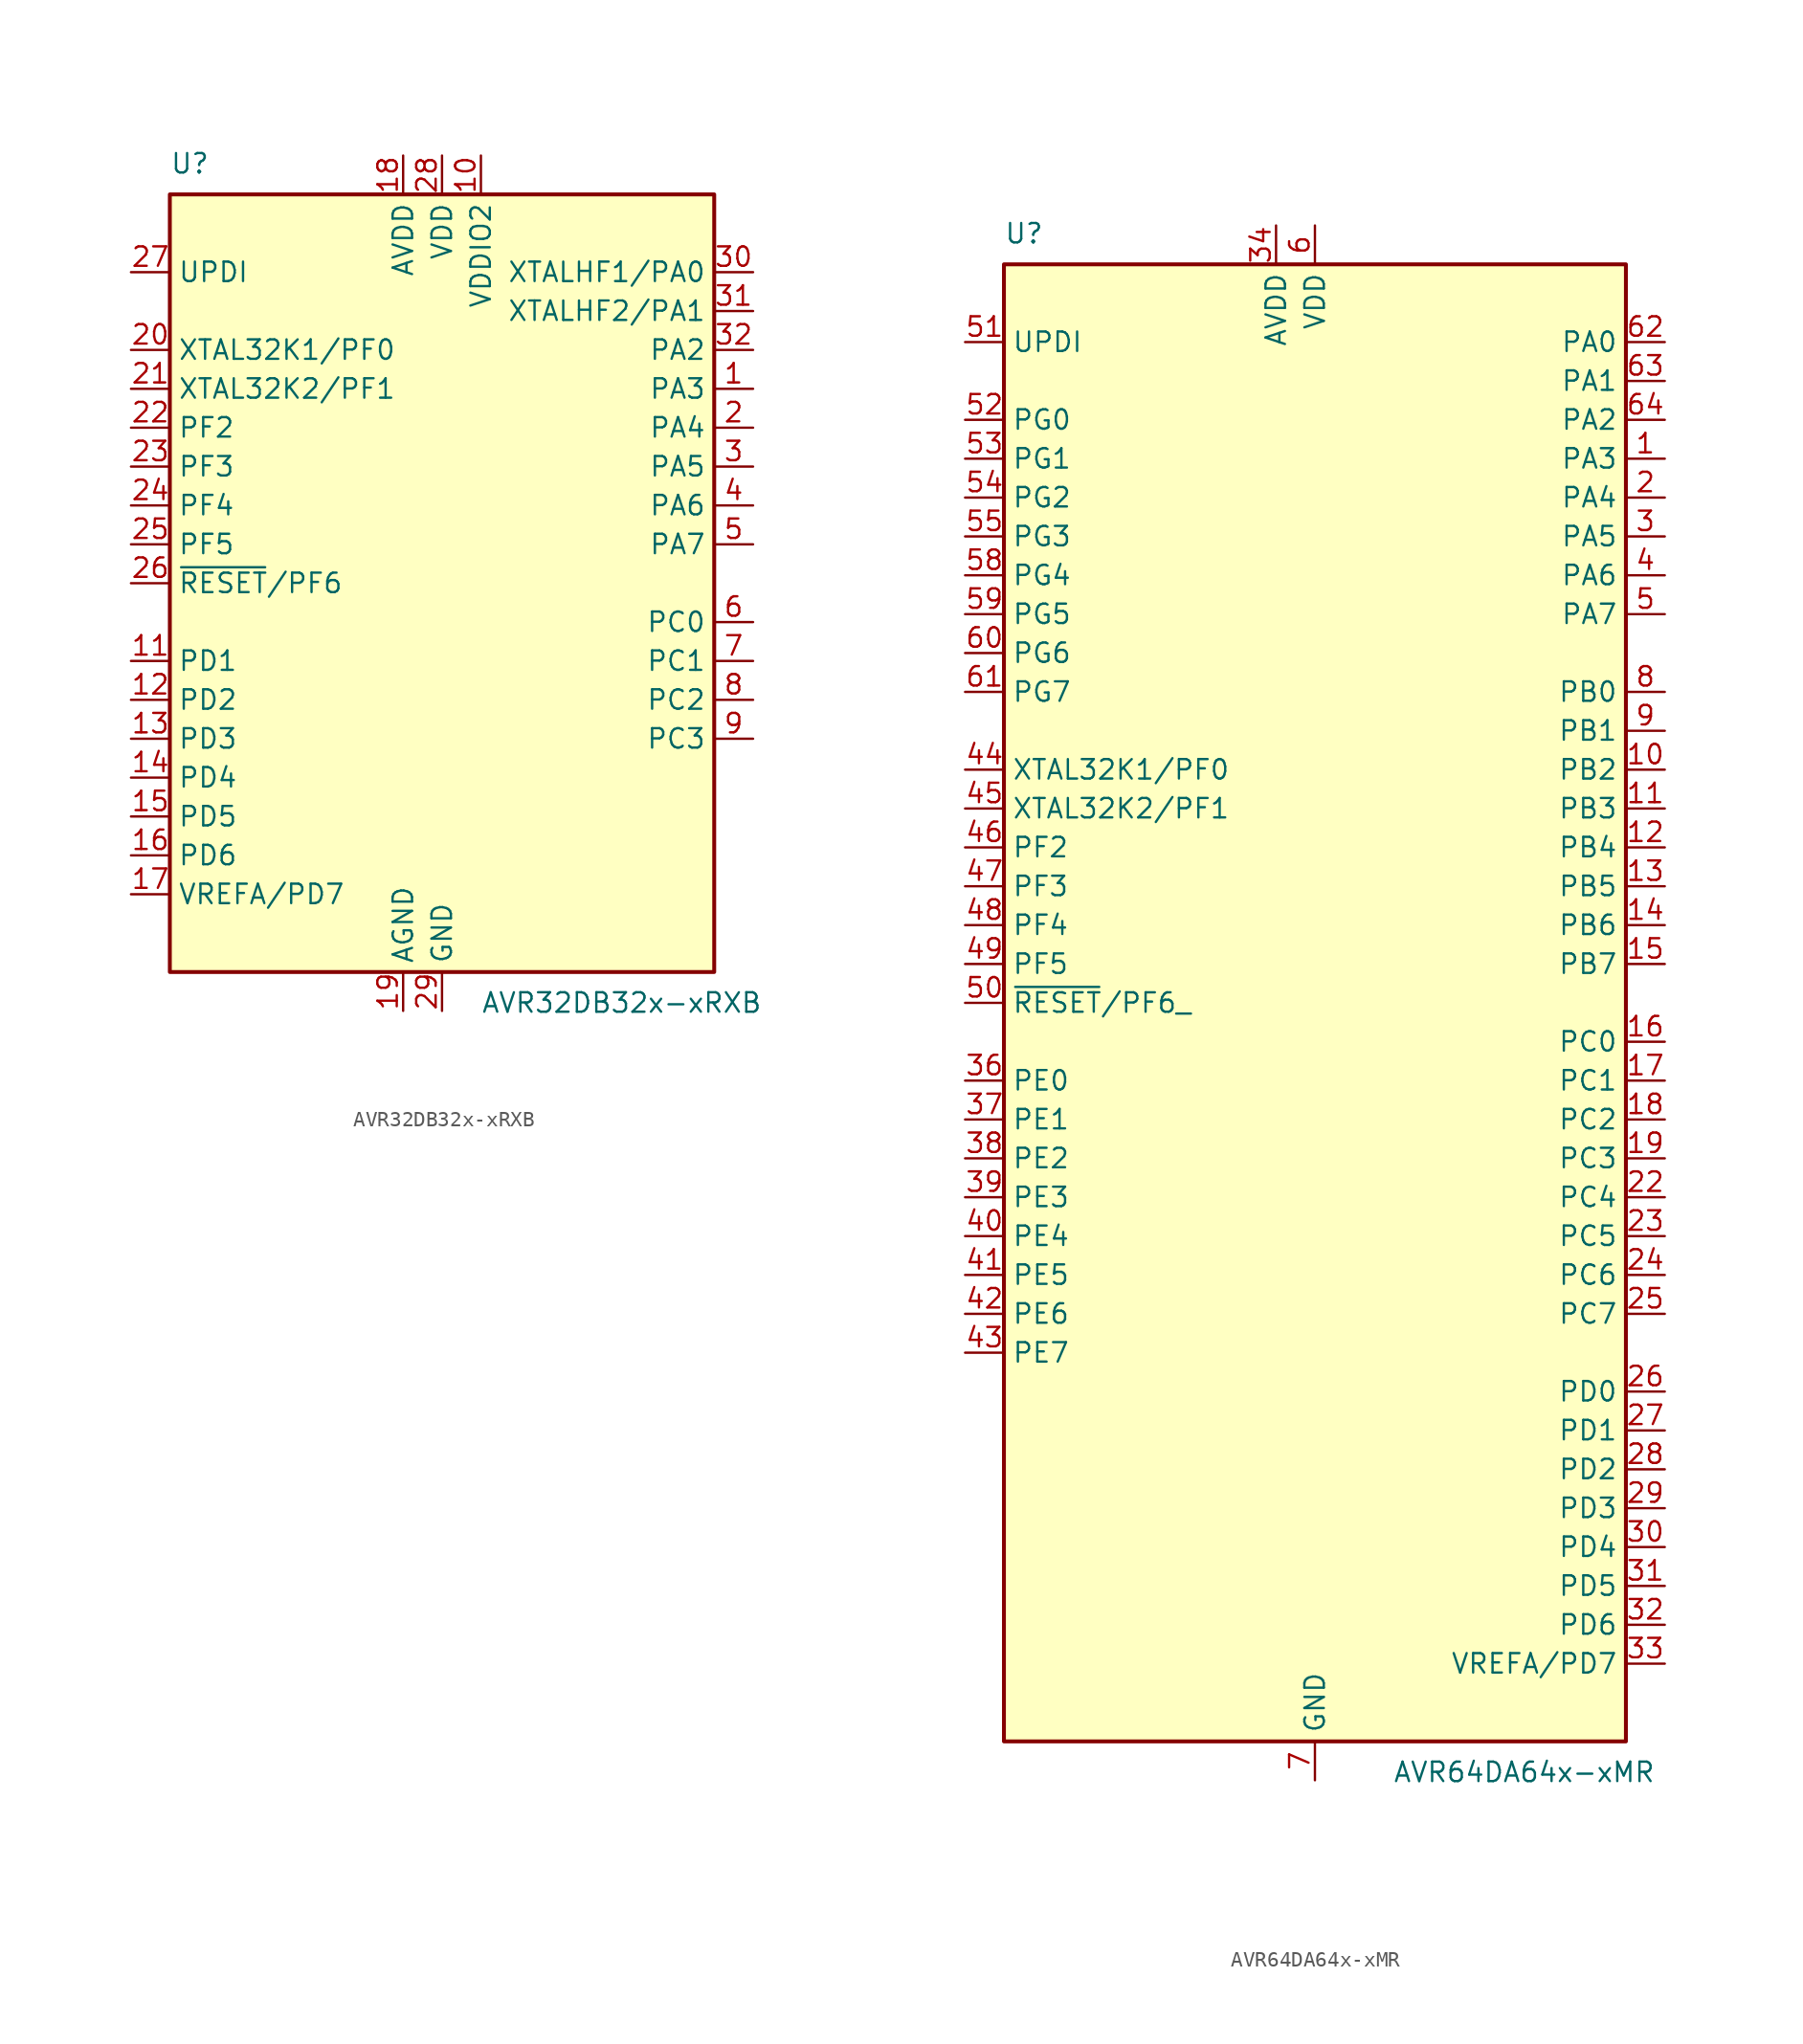
<source format=kicad_sym>
(kicad_symbol_lib
  (version 20211014)
  (generator kicad_symbol_editor)
  (symbol "AVR32DB32x-xRXB"
    (property "Reference" "U"
      (at -17.78 26.67 0)
      (effects (font (size 1.27 1.27)) (justify left bottom)))
    (property "Value" "AVR32DB32x-xRXB"
      (at 2.54 -26.67 0)
      (effects (font (size 1.27 1.27)) (justify left top)))
    (symbol "AVR32DB32x-xRXB_0_1"
      (rectangle (start -17.78 25.4) (end 17.78 -25.4) (stroke (width 0.254) (type default) (color 0 0 0 0)) (fill (type background))))
    (symbol "AVR32DB32x-xRXB_1_1"
      (pin bidirectional line (at 20.32 20.32 180) (length 2.54) (name "XTALHF1/PA0" (effects (font (size 1.27 1.27)))) (number "30" (effects (font (size 1.27 1.27)))))
      (pin bidirectional line (at 20.32 17.78 180) (length 2.54) (name "XTALHF2/PA1" (effects (font (size 1.27 1.27)))) (number "31" (effects (font (size 1.27 1.27)))))
      (pin bidirectional line (at 20.32 15.24 180) (length 2.54) (name "PA2" (effects (font (size 1.27 1.27)))) (number "32" (effects (font (size 1.27 1.27)))))
      (pin bidirectional line (at 20.32 12.70 180) (length 2.54) (name "PA3" (effects (font (size 1.27 1.27)))) (number "1" (effects (font (size 1.27 1.27)))))
      (pin bidirectional line (at 20.32 10.16 180) (length 2.54) (name "PA4" (effects (font (size 1.27 1.27)))) (number "2" (effects (font (size 1.27 1.27)))))
      (pin bidirectional line (at 20.32 7.62 180) (length 2.54) (name "PA5" (effects (font (size 1.27 1.27)))) (number "3" (effects (font (size 1.27 1.27)))))
      (pin bidirectional line (at 20.32 5.08 180) (length 2.54) (name "PA6" (effects (font (size 1.27 1.27)))) (number "4" (effects (font (size 1.27 1.27)))))
      (pin bidirectional line (at 20.32 2.54 180) (length 2.54) (name "PA7" (effects (font (size 1.27 1.27)))) (number "5" (effects (font (size 1.27 1.27)))))
      (pin bidirectional line (at 20.32 -2.54 180) (length 2.54) (name "PC0" (effects (font (size 1.27 1.27)))) (number "6" (effects (font (size 1.27 1.27)))))
      (pin bidirectional line (at 20.32 -5.08 180) (length 2.54) (name "PC1" (effects (font (size 1.27 1.27)))) (number "7" (effects (font (size 1.27 1.27)))))
      (pin bidirectional line (at 20.32 -7.62 180) (length 2.54) (name "PC2" (effects (font (size 1.27 1.27)))) (number "8" (effects (font (size 1.27 1.27)))))
      (pin bidirectional line (at 20.32 -10.16 180) (length 2.54) (name "PC3" (effects (font (size 1.27 1.27)))) (number "9" (effects (font (size 1.27 1.27)))))
      (pin input line (at -20.32 20.32 0) (length 2.54) (name "UPDI" (effects (font (size 1.27 1.27)))) (number "27" (effects (font (size 1.27 1.27)))))
      (pin bidirectional line (at -20.32 15.24 0) (length 2.54) (name "XTAL32K1/PF0" (effects (font (size 1.27 1.27)))) (number "20" (effects (font (size 1.27 1.27)))))
      (pin bidirectional line (at -20.32 12.70 0) (length 2.54) (name "XTAL32K2/PF1" (effects (font (size 1.27 1.27)))) (number "21" (effects (font (size 1.27 1.27)))))
      (pin bidirectional line (at -20.32 10.16 0) (length 2.54) (name "PF2" (effects (font (size 1.27 1.27)))) (number "22" (effects (font (size 1.27 1.27)))))
      (pin bidirectional line (at -20.32 7.62 0) (length 2.54) (name "PF3" (effects (font (size 1.27 1.27)))) (number "23" (effects (font (size 1.27 1.27)))))
      (pin bidirectional line (at -20.32 5.08 0) (length 2.54) (name "PF4" (effects (font (size 1.27 1.27)))) (number "24" (effects (font (size 1.27 1.27)))))
      (pin bidirectional line (at -20.32 2.54 0) (length 2.54) (name "PF5" (effects (font (size 1.27 1.27)))) (number "25" (effects (font (size 1.27 1.27)))))
      (pin bidirectional line (at -20.32 0.00 0) (length 2.54) (name "~{RESET}/PF6" (effects (font (size 1.27 1.27)))) (number "26" (effects (font (size 1.27 1.27)))))
      (pin bidirectional line (at -20.32 -5.08 0) (length 2.54) (name "PD1" (effects (font (size 1.27 1.27)))) (number "11" (effects (font (size 1.27 1.27)))))
      (pin bidirectional line (at -20.32 -7.62 0) (length 2.54) (name "PD2" (effects (font (size 1.27 1.27)))) (number "12" (effects (font (size 1.27 1.27)))))
      (pin bidirectional line (at -20.32 -10.16 0) (length 2.54) (name "PD3" (effects (font (size 1.27 1.27)))) (number "13" (effects (font (size 1.27 1.27)))))
      (pin bidirectional line (at -20.32 -12.70 0) (length 2.54) (name "PD4" (effects (font (size 1.27 1.27)))) (number "14" (effects (font (size 1.27 1.27)))))
      (pin bidirectional line (at -20.32 -15.24 0) (length 2.54) (name "PD5" (effects (font (size 1.27 1.27)))) (number "15" (effects (font (size 1.27 1.27)))))
      (pin bidirectional line (at -20.32 -17.78 0) (length 2.54) (name "PD6" (effects (font (size 1.27 1.27)))) (number "16" (effects (font (size 1.27 1.27)))))
      (pin bidirectional line (at -20.32 -20.32 0) (length 2.54) (name "VREFA/PD7" (effects (font (size 1.27 1.27)))) (number "17" (effects (font (size 1.27 1.27)))))
      (pin power_in line (at -2.54 27.94 270) (length 2.54) (name "AVDD" (effects (font (size 1.27 1.27)))) (number "18" (effects (font (size 1.27 1.27)))))
      (pin power_in line (at 0.00 27.94 270) (length 2.54) (name "VDD" (effects (font (size 1.27 1.27)))) (number "28" (effects (font (size 1.27 1.27)))))
      (pin power_in line (at 2.54 27.94 270) (length 2.54) (name "VDDIO2" (effects (font (size 1.27 1.27)))) (number "10" (effects (font (size 1.27 1.27)))))
      (pin power_in line (at -2.54 -27.94 90) (length 2.54) (name "AGND" (effects (font (size 1.27 1.27)))) (number "19" (effects (font (size 1.27 1.27)))))
      (pin power_in line (at 0.00 -27.94 90) (length 2.54) (name "GND" (effects (font (size 1.27 1.27)))) (number "29" (effects (font (size 1.27 1.27)))))
      (pin passive line (at 0.00 -27.94 90) (length 2.54) hide (name "GND" (effects (font (size 1.27 1.27)))) (number "33" (effects (font (size 1.27 1.27)))))))
  (symbol "AVR64DA64x-xMR"
    (property "Reference" "U"
      (at -20.32 49.53 0)
      (effects (font (size 1.27 1.27)) (justify left bottom)))
    (property "Value" "AVR64DA64x-xMR"
      (at 5.08 -49.53 0)
      (effects (font (size 1.27 1.27)) (justify left top)))
    (symbol "AVR64DA64x-xMR_0_1"
      (rectangle (start -20.32 48.26) (end 20.32 -48.26) (stroke (width 0.254) (type default) (color 0 0 0 0)) (fill (type background))))
    (symbol "AVR64DA64x-xMR_1_1"
      (pin bidirectional line (at 22.86 43.18 180) (length 2.54) (name "PA0" (effects (font (size 1.27 1.27)))) (number "62" (effects (font (size 1.27 1.27)))))
      (pin bidirectional line (at 22.86 40.64 180) (length 2.54) (name "PA1" (effects (font (size 1.27 1.27)))) (number "63" (effects (font (size 1.27 1.27)))))
      (pin bidirectional line (at 22.86 38.10 180) (length 2.54) (name "PA2" (effects (font (size 1.27 1.27)))) (number "64" (effects (font (size 1.27 1.27)))))
      (pin bidirectional line (at 22.86 35.56 180) (length 2.54) (name "PA3" (effects (font (size 1.27 1.27)))) (number "1" (effects (font (size 1.27 1.27)))))
      (pin bidirectional line (at 22.86 33.02 180) (length 2.54) (name "PA4" (effects (font (size 1.27 1.27)))) (number "2" (effects (font (size 1.27 1.27)))))
      (pin bidirectional line (at 22.86 30.48 180) (length 2.54) (name "PA5" (effects (font (size 1.27 1.27)))) (number "3" (effects (font (size 1.27 1.27)))))
      (pin bidirectional line (at 22.86 27.94 180) (length 2.54) (name "PA6" (effects (font (size 1.27 1.27)))) (number "4" (effects (font (size 1.27 1.27)))))
      (pin bidirectional line (at 22.86 25.40 180) (length 2.54) (name "PA7" (effects (font (size 1.27 1.27)))) (number "5" (effects (font (size 1.27 1.27)))))
      (pin bidirectional line (at 22.86 20.32 180) (length 2.54) (name "PB0" (effects (font (size 1.27 1.27)))) (number "8" (effects (font (size 1.27 1.27)))))
      (pin bidirectional line (at 22.86 17.78 180) (length 2.54) (name "PB1" (effects (font (size 1.27 1.27)))) (number "9" (effects (font (size 1.27 1.27)))))
      (pin bidirectional line (at 22.86 15.24 180) (length 2.54) (name "PB2" (effects (font (size 1.27 1.27)))) (number "10" (effects (font (size 1.27 1.27)))))
      (pin bidirectional line (at 22.86 12.70 180) (length 2.54) (name "PB3" (effects (font (size 1.27 1.27)))) (number "11" (effects (font (size 1.27 1.27)))))
      (pin bidirectional line (at 22.86 10.16 180) (length 2.54) (name "PB4" (effects (font (size 1.27 1.27)))) (number "12" (effects (font (size 1.27 1.27)))))
      (pin bidirectional line (at 22.86 7.62 180) (length 2.54) (name "PB5" (effects (font (size 1.27 1.27)))) (number "13" (effects (font (size 1.27 1.27)))))
      (pin bidirectional line (at 22.86 5.08 180) (length 2.54) (name "PB6" (effects (font (size 1.27 1.27)))) (number "14" (effects (font (size 1.27 1.27)))))
      (pin bidirectional line (at 22.86 2.54 180) (length 2.54) (name "PB7" (effects (font (size 1.27 1.27)))) (number "15" (effects (font (size 1.27 1.27)))))
      (pin bidirectional line (at 22.86 -2.54 180) (length 2.54) (name "PC0" (effects (font (size 1.27 1.27)))) (number "16" (effects (font (size 1.27 1.27)))))
      (pin bidirectional line (at 22.86 -5.08 180) (length 2.54) (name "PC1" (effects (font (size 1.27 1.27)))) (number "17" (effects (font (size 1.27 1.27)))))
      (pin bidirectional line (at 22.86 -7.62 180) (length 2.54) (name "PC2" (effects (font (size 1.27 1.27)))) (number "18" (effects (font (size 1.27 1.27)))))
      (pin bidirectional line (at 22.86 -10.16 180) (length 2.54) (name "PC3" (effects (font (size 1.27 1.27)))) (number "19" (effects (font (size 1.27 1.27)))))
      (pin bidirectional line (at 22.86 -12.70 180) (length 2.54) (name "PC4" (effects (font (size 1.27 1.27)))) (number "22" (effects (font (size 1.27 1.27)))))
      (pin bidirectional line (at 22.86 -15.24 180) (length 2.54) (name "PC5" (effects (font (size 1.27 1.27)))) (number "23" (effects (font (size 1.27 1.27)))))
      (pin bidirectional line (at 22.86 -17.78 180) (length 2.54) (name "PC6" (effects (font (size 1.27 1.27)))) (number "24" (effects (font (size 1.27 1.27)))))
      (pin bidirectional line (at 22.86 -20.32 180) (length 2.54) (name "PC7" (effects (font (size 1.27 1.27)))) (number "25" (effects (font (size 1.27 1.27)))))
      (pin bidirectional line (at 22.86 -25.40 180) (length 2.54) (name "PD0" (effects (font (size 1.27 1.27)))) (number "26" (effects (font (size 1.27 1.27)))))
      (pin bidirectional line (at 22.86 -27.94 180) (length 2.54) (name "PD1" (effects (font (size 1.27 1.27)))) (number "27" (effects (font (size 1.27 1.27)))))
      (pin bidirectional line (at 22.86 -30.48 180) (length 2.54) (name "PD2" (effects (font (size 1.27 1.27)))) (number "28" (effects (font (size 1.27 1.27)))))
      (pin bidirectional line (at 22.86 -33.02 180) (length 2.54) (name "PD3" (effects (font (size 1.27 1.27)))) (number "29" (effects (font (size 1.27 1.27)))))
      (pin bidirectional line (at 22.86 -35.56 180) (length 2.54) (name "PD4" (effects (font (size 1.27 1.27)))) (number "30" (effects (font (size 1.27 1.27)))))
      (pin bidirectional line (at 22.86 -38.10 180) (length 2.54) (name "PD5" (effects (font (size 1.27 1.27)))) (number "31" (effects (font (size 1.27 1.27)))))
      (pin bidirectional line (at 22.86 -40.64 180) (length 2.54) (name "PD6" (effects (font (size 1.27 1.27)))) (number "32" (effects (font (size 1.27 1.27)))))
      (pin bidirectional line (at 22.86 -43.18 180) (length 2.54) (name "VREFA/PD7" (effects (font (size 1.27 1.27)))) (number "33" (effects (font (size 1.27 1.27)))))
      (pin input line (at -22.86 43.18 0) (length 2.54) (name "UPDI" (effects (font (size 1.27 1.27)))) (number "51" (effects (font (size 1.27 1.27)))))
      (pin bidirectional line (at -22.86 38.10 0) (length 2.54) (name "PG0" (effects (font (size 1.27 1.27)))) (number "52" (effects (font (size 1.27 1.27)))))
      (pin bidirectional line (at -22.86 35.56 0) (length 2.54) (name "PG1" (effects (font (size 1.27 1.27)))) (number "53" (effects (font (size 1.27 1.27)))))
      (pin bidirectional line (at -22.86 33.02 0) (length 2.54) (name "PG2" (effects (font (size 1.27 1.27)))) (number "54" (effects (font (size 1.27 1.27)))))
      (pin bidirectional line (at -22.86 30.48 0) (length 2.54) (name "PG3" (effects (font (size 1.27 1.27)))) (number "55" (effects (font (size 1.27 1.27)))))
      (pin bidirectional line (at -22.86 27.94 0) (length 2.54) (name "PG4" (effects (font (size 1.27 1.27)))) (number "58" (effects (font (size 1.27 1.27)))))
      (pin bidirectional line (at -22.86 25.40 0) (length 2.54) (name "PG5" (effects (font (size 1.27 1.27)))) (number "59" (effects (font (size 1.27 1.27)))))
      (pin bidirectional line (at -22.86 22.86 0) (length 2.54) (name "PG6" (effects (font (size 1.27 1.27)))) (number "60" (effects (font (size 1.27 1.27)))))
      (pin bidirectional line (at -22.86 20.32 0) (length 2.54) (name "PG7" (effects (font (size 1.27 1.27)))) (number "61" (effects (font (size 1.27 1.27)))))
      (pin bidirectional line (at -22.86 15.24 0) (length 2.54) (name "XTAL32K1/PF0" (effects (font (size 1.27 1.27)))) (number "44" (effects (font (size 1.27 1.27)))))
      (pin bidirectional line (at -22.86 12.70 0) (length 2.54) (name "XTAL32K2/PF1" (effects (font (size 1.27 1.27)))) (number "45" (effects (font (size 1.27 1.27)))))
      (pin bidirectional line (at -22.86 10.16 0) (length 2.54) (name "PF2" (effects (font (size 1.27 1.27)))) (number "46" (effects (font (size 1.27 1.27)))))
      (pin bidirectional line (at -22.86 7.62 0) (length 2.54) (name "PF3" (effects (font (size 1.27 1.27)))) (number "47" (effects (font (size 1.27 1.27)))))
      (pin bidirectional line (at -22.86 5.08 0) (length 2.54) (name "PF4" (effects (font (size 1.27 1.27)))) (number "48" (effects (font (size 1.27 1.27)))))
      (pin bidirectional line (at -22.86 2.54 0) (length 2.54) (name "PF5" (effects (font (size 1.27 1.27)))) (number "49" (effects (font (size 1.27 1.27)))))
      (pin bidirectional line (at -22.86 0.00 0) (length 2.54) (name "~{RESET}/PF6 " (effects (font (size 1.27 1.27)))) (number "50" (effects (font (size 1.27 1.27)))))
      (pin bidirectional line (at -22.86 -5.08 0) (length 2.54) (name "PE0" (effects (font (size 1.27 1.27)))) (number "36" (effects (font (size 1.27 1.27)))))
      (pin bidirectional line (at -22.86 -7.62 0) (length 2.54) (name "PE1" (effects (font (size 1.27 1.27)))) (number "37" (effects (font (size 1.27 1.27)))))
      (pin bidirectional line (at -22.86 -10.16 0) (length 2.54) (name "PE2" (effects (font (size 1.27 1.27)))) (number "38" (effects (font (size 1.27 1.27)))))
      (pin bidirectional line (at -22.86 -12.70 0) (length 2.54) (name "PE3" (effects (font (size 1.27 1.27)))) (number "39" (effects (font (size 1.27 1.27)))))
      (pin bidirectional line (at -22.86 -15.24 0) (length 2.54) (name "PE4" (effects (font (size 1.27 1.27)))) (number "40" (effects (font (size 1.27 1.27)))))
      (pin bidirectional line (at -22.86 -17.78 0) (length 2.54) (name "PE5" (effects (font (size 1.27 1.27)))) (number "41" (effects (font (size 1.27 1.27)))))
      (pin bidirectional line (at -22.86 -20.32 0) (length 2.54) (name "PE6" (effects (font (size 1.27 1.27)))) (number "42" (effects (font (size 1.27 1.27)))))
      (pin bidirectional line (at -22.86 -22.86 0) (length 2.54) (name "PE7" (effects (font (size 1.27 1.27)))) (number "43" (effects (font (size 1.27 1.27)))))
      (pin power_in line (at -2.54 50.80 270) (length 2.54) (name "AVDD" (effects (font (size 1.27 1.27)))) (number "34" (effects (font (size 1.27 1.27)))))
      (pin power_in line (at 0.00 50.80 270) (length 2.54) (name "VDD" (effects (font (size 1.27 1.27)))) (number "6" (effects (font (size 1.27 1.27)))))
      (pin passive line (at 0.00 50.80 270) (length 2.54) hide (name "VDD" (effects (font (size 1.27 1.27)))) (number "20" (effects (font (size 1.27 1.27)))))
      (pin passive line (at 0.00 50.80 270) (length 2.54) hide (name "VDD" (effects (font (size 1.27 1.27)))) (number "56" (effects (font (size 1.27 1.27)))))
      (pin power_in line (at 0.00 -50.80 90) (length 2.54) (name "GND" (effects (font (size 1.27 1.27)))) (number "7" (effects (font (size 1.27 1.27)))))
      (pin passive line (at 0.00 -50.80 90) (length 2.54) hide (name "GND" (effects (font (size 1.27 1.27)))) (number "21" (effects (font (size 1.27 1.27)))))
      (pin passive line (at 0.00 -50.80 90) (length 2.54) hide (name "GND" (effects (font (size 1.27 1.27)))) (number "35" (effects (font (size 1.27 1.27)))))
      (pin passive line (at 0.00 -50.80 90) (length 2.54) hide (name "GND" (effects (font (size 1.27 1.27)))) (number "57" (effects (font (size 1.27 1.27)))))
      (pin passive line (at 0.00 -50.80 90) (length 2.54) hide (name "GND" (effects (font (size 1.27 1.27)))) (number "65" (effects (font (size 1.27 1.27))))))))
</source>
